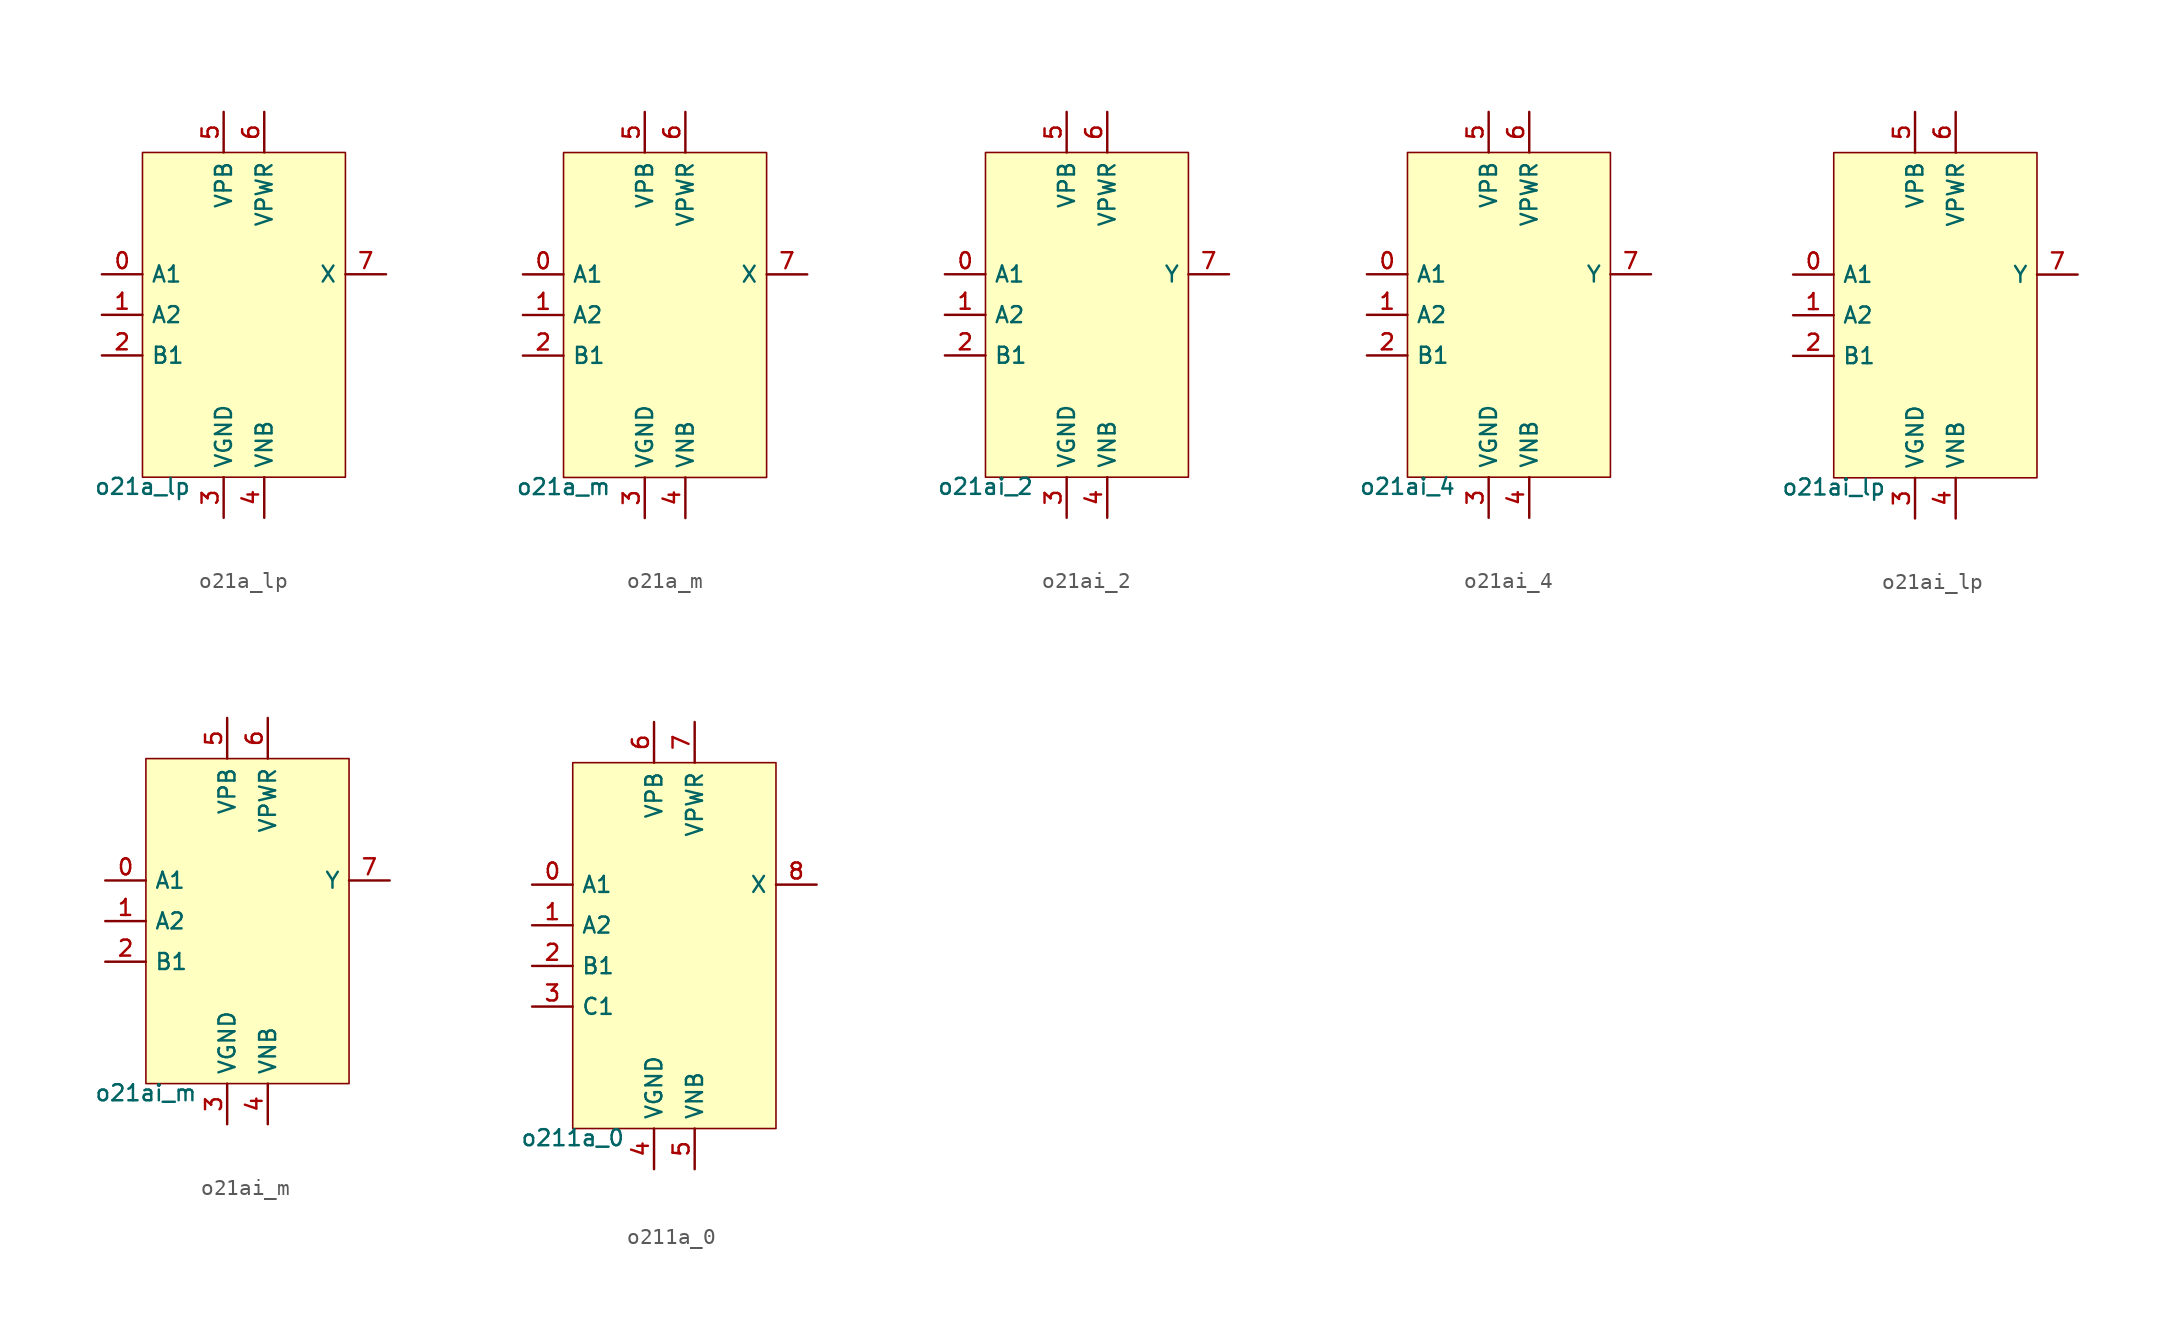
<source format=kicad_sym>
(kicad_symbol_lib
  (version 20211014)
  (generator pdk2kicad)
  (symbol "o21a_lp"
    (property "Reference" "X"
      (at 0 0 0)
      (effects (font (size 1 1)) hide))
    (property "Value" "o21a_lp"
      (at -6.35 -10.16 0)
      (effects (font (size 1 1)) (justify top)))
    (rectangle
      (start -6.35 -10.16)
      (end 6.35 10.16)
      (stroke (width 0.1) (type solid) (color 0 0 0 0))
      (fill (type background)))
    (pin input line
      (at -8.89 2.54 0)
      (length 2.54)
      (name "A1" (effects (font (size 1 1)) hide))
      (number "0" (effects (font (size 1 1)) hide)))
    (pin input line
      (at -8.89 0.0 0)
      (length 2.54)
      (name "A2" (effects (font (size 1 1)) hide))
      (number "1" (effects (font (size 1 1)) hide)))
    (pin input line
      (at -8.89 -2.54 0)
      (length 2.54)
      (name "B1" (effects (font (size 1 1)) hide))
      (number "2" (effects (font (size 1 1)) hide)))
    (pin power_in line
      (at -1.27 -12.7 90)
      (length 2.54)
      (name "VGND" (effects (font (size 1 1)) hide))
      (number "3" (effects (font (size 1 1)) hide)))
    (pin power_in line
      (at 1.27 -12.7 90)
      (length 2.54)
      (name "VNB" (effects (font (size 1 1)) hide))
      (number "4" (effects (font (size 1 1)) hide)))
    (pin power_in line
      (at -1.27 12.7 270)
      (length 2.54)
      (name "VPB" (effects (font (size 1 1)) hide))
      (number "5" (effects (font (size 1 1)) hide)))
    (pin power_in line
      (at 1.27 12.7 270)
      (length 2.54)
      (name "VPWR" (effects (font (size 1 1)) hide))
      (number "6" (effects (font (size 1 1)) hide)))
    (pin output line
      (at 8.89 2.54 180)
      (length 2.54)
      (name "X" (effects (font (size 1 1)) hide))
      (number "7" (effects (font (size 1 1)) hide))))
  (symbol "o21a_m"
    (property "Reference" "X"
      (at 0 0 0)
      (effects (font (size 1 1)) hide))
    (property "Value" "o21a_m"
      (at -6.35 -10.16 0)
      (effects (font (size 1 1)) (justify top)))
    (rectangle
      (start -6.35 -10.16)
      (end 6.35 10.16)
      (stroke (width 0.1) (type solid) (color 0 0 0 0))
      (fill (type background)))
    (pin input line
      (at -8.89 2.54 0)
      (length 2.54)
      (name "A1" (effects (font (size 1 1)) hide))
      (number "0" (effects (font (size 1 1)) hide)))
    (pin input line
      (at -8.89 0.0 0)
      (length 2.54)
      (name "A2" (effects (font (size 1 1)) hide))
      (number "1" (effects (font (size 1 1)) hide)))
    (pin input line
      (at -8.89 -2.54 0)
      (length 2.54)
      (name "B1" (effects (font (size 1 1)) hide))
      (number "2" (effects (font (size 1 1)) hide)))
    (pin power_in line
      (at -1.27 -12.7 90)
      (length 2.54)
      (name "VGND" (effects (font (size 1 1)) hide))
      (number "3" (effects (font (size 1 1)) hide)))
    (pin power_in line
      (at 1.27 -12.7 90)
      (length 2.54)
      (name "VNB" (effects (font (size 1 1)) hide))
      (number "4" (effects (font (size 1 1)) hide)))
    (pin power_in line
      (at -1.27 12.7 270)
      (length 2.54)
      (name "VPB" (effects (font (size 1 1)) hide))
      (number "5" (effects (font (size 1 1)) hide)))
    (pin power_in line
      (at 1.27 12.7 270)
      (length 2.54)
      (name "VPWR" (effects (font (size 1 1)) hide))
      (number "6" (effects (font (size 1 1)) hide)))
    (pin output line
      (at 8.89 2.54 180)
      (length 2.54)
      (name "X" (effects (font (size 1 1)) hide))
      (number "7" (effects (font (size 1 1)) hide))))
  (symbol "o21ai_2"
    (property "Reference" "X"
      (at 0 0 0)
      (effects (font (size 1 1)) hide))
    (property "Value" "o21ai_2"
      (at -6.35 -10.16 0)
      (effects (font (size 1 1)) (justify top)))
    (rectangle
      (start -6.35 -10.16)
      (end 6.35 10.16)
      (stroke (width 0.1) (type solid) (color 0 0 0 0))
      (fill (type background)))
    (pin input line
      (at -8.89 2.54 0)
      (length 2.54)
      (name "A1" (effects (font (size 1 1)) hide))
      (number "0" (effects (font (size 1 1)) hide)))
    (pin input line
      (at -8.89 0.0 0)
      (length 2.54)
      (name "A2" (effects (font (size 1 1)) hide))
      (number "1" (effects (font (size 1 1)) hide)))
    (pin input line
      (at -8.89 -2.54 0)
      (length 2.54)
      (name "B1" (effects (font (size 1 1)) hide))
      (number "2" (effects (font (size 1 1)) hide)))
    (pin power_in line
      (at -1.27 -12.7 90)
      (length 2.54)
      (name "VGND" (effects (font (size 1 1)) hide))
      (number "3" (effects (font (size 1 1)) hide)))
    (pin power_in line
      (at 1.27 -12.7 90)
      (length 2.54)
      (name "VNB" (effects (font (size 1 1)) hide))
      (number "4" (effects (font (size 1 1)) hide)))
    (pin power_in line
      (at -1.27 12.7 270)
      (length 2.54)
      (name "VPB" (effects (font (size 1 1)) hide))
      (number "5" (effects (font (size 1 1)) hide)))
    (pin power_in line
      (at 1.27 12.7 270)
      (length 2.54)
      (name "VPWR" (effects (font (size 1 1)) hide))
      (number "6" (effects (font (size 1 1)) hide)))
    (pin output line
      (at 8.89 2.54 180)
      (length 2.54)
      (name "Y" (effects (font (size 1 1)) hide))
      (number "7" (effects (font (size 1 1)) hide))))
  (symbol "o21ai_4"
    (property "Reference" "X"
      (at 0 0 0)
      (effects (font (size 1 1)) hide))
    (property "Value" "o21ai_4"
      (at -6.35 -10.16 0)
      (effects (font (size 1 1)) (justify top)))
    (rectangle
      (start -6.35 -10.16)
      (end 6.35 10.16)
      (stroke (width 0.1) (type solid) (color 0 0 0 0))
      (fill (type background)))
    (pin input line
      (at -8.89 2.54 0)
      (length 2.54)
      (name "A1" (effects (font (size 1 1)) hide))
      (number "0" (effects (font (size 1 1)) hide)))
    (pin input line
      (at -8.89 0.0 0)
      (length 2.54)
      (name "A2" (effects (font (size 1 1)) hide))
      (number "1" (effects (font (size 1 1)) hide)))
    (pin input line
      (at -8.89 -2.54 0)
      (length 2.54)
      (name "B1" (effects (font (size 1 1)) hide))
      (number "2" (effects (font (size 1 1)) hide)))
    (pin power_in line
      (at -1.27 -12.7 90)
      (length 2.54)
      (name "VGND" (effects (font (size 1 1)) hide))
      (number "3" (effects (font (size 1 1)) hide)))
    (pin power_in line
      (at 1.27 -12.7 90)
      (length 2.54)
      (name "VNB" (effects (font (size 1 1)) hide))
      (number "4" (effects (font (size 1 1)) hide)))
    (pin power_in line
      (at -1.27 12.7 270)
      (length 2.54)
      (name "VPB" (effects (font (size 1 1)) hide))
      (number "5" (effects (font (size 1 1)) hide)))
    (pin power_in line
      (at 1.27 12.7 270)
      (length 2.54)
      (name "VPWR" (effects (font (size 1 1)) hide))
      (number "6" (effects (font (size 1 1)) hide)))
    (pin output line
      (at 8.89 2.54 180)
      (length 2.54)
      (name "Y" (effects (font (size 1 1)) hide))
      (number "7" (effects (font (size 1 1)) hide))))
  (symbol "o21ai_lp"
    (property "Reference" "X"
      (at 0 0 0)
      (effects (font (size 1 1)) hide))
    (property "Value" "o21ai_lp"
      (at -6.35 -10.16 0)
      (effects (font (size 1 1)) (justify top)))
    (rectangle
      (start -6.35 -10.16)
      (end 6.35 10.16)
      (stroke (width 0.1) (type solid) (color 0 0 0 0))
      (fill (type background)))
    (pin input line
      (at -8.89 2.54 0)
      (length 2.54)
      (name "A1" (effects (font (size 1 1)) hide))
      (number "0" (effects (font (size 1 1)) hide)))
    (pin input line
      (at -8.89 0.0 0)
      (length 2.54)
      (name "A2" (effects (font (size 1 1)) hide))
      (number "1" (effects (font (size 1 1)) hide)))
    (pin input line
      (at -8.89 -2.54 0)
      (length 2.54)
      (name "B1" (effects (font (size 1 1)) hide))
      (number "2" (effects (font (size 1 1)) hide)))
    (pin power_in line
      (at -1.27 -12.7 90)
      (length 2.54)
      (name "VGND" (effects (font (size 1 1)) hide))
      (number "3" (effects (font (size 1 1)) hide)))
    (pin power_in line
      (at 1.27 -12.7 90)
      (length 2.54)
      (name "VNB" (effects (font (size 1 1)) hide))
      (number "4" (effects (font (size 1 1)) hide)))
    (pin power_in line
      (at -1.27 12.7 270)
      (length 2.54)
      (name "VPB" (effects (font (size 1 1)) hide))
      (number "5" (effects (font (size 1 1)) hide)))
    (pin power_in line
      (at 1.27 12.7 270)
      (length 2.54)
      (name "VPWR" (effects (font (size 1 1)) hide))
      (number "6" (effects (font (size 1 1)) hide)))
    (pin output line
      (at 8.89 2.54 180)
      (length 2.54)
      (name "Y" (effects (font (size 1 1)) hide))
      (number "7" (effects (font (size 1 1)) hide))))
  (symbol "o21ai_m"
    (property "Reference" "X"
      (at 0 0 0)
      (effects (font (size 1 1)) hide))
    (property "Value" "o21ai_m"
      (at -6.35 -10.16 0)
      (effects (font (size 1 1)) (justify top)))
    (rectangle
      (start -6.35 -10.16)
      (end 6.35 10.16)
      (stroke (width 0.1) (type solid) (color 0 0 0 0))
      (fill (type background)))
    (pin input line
      (at -8.89 2.54 0)
      (length 2.54)
      (name "A1" (effects (font (size 1 1)) hide))
      (number "0" (effects (font (size 1 1)) hide)))
    (pin input line
      (at -8.89 0.0 0)
      (length 2.54)
      (name "A2" (effects (font (size 1 1)) hide))
      (number "1" (effects (font (size 1 1)) hide)))
    (pin input line
      (at -8.89 -2.54 0)
      (length 2.54)
      (name "B1" (effects (font (size 1 1)) hide))
      (number "2" (effects (font (size 1 1)) hide)))
    (pin power_in line
      (at -1.27 -12.7 90)
      (length 2.54)
      (name "VGND" (effects (font (size 1 1)) hide))
      (number "3" (effects (font (size 1 1)) hide)))
    (pin power_in line
      (at 1.27 -12.7 90)
      (length 2.54)
      (name "VNB" (effects (font (size 1 1)) hide))
      (number "4" (effects (font (size 1 1)) hide)))
    (pin power_in line
      (at -1.27 12.7 270)
      (length 2.54)
      (name "VPB" (effects (font (size 1 1)) hide))
      (number "5" (effects (font (size 1 1)) hide)))
    (pin power_in line
      (at 1.27 12.7 270)
      (length 2.54)
      (name "VPWR" (effects (font (size 1 1)) hide))
      (number "6" (effects (font (size 1 1)) hide)))
    (pin output line
      (at 8.89 2.54 180)
      (length 2.54)
      (name "Y" (effects (font (size 1 1)) hide))
      (number "7" (effects (font (size 1 1)) hide))))
  (symbol "o211a_0"
    (property "Reference" "X"
      (at 0 0 0)
      (effects (font (size 1 1)) hide))
    (property "Value" "o211a_0"
      (at -6.35 -11.43 0)
      (effects (font (size 1 1)) (justify top)))
    (rectangle
      (start -6.35 -11.43)
      (end 6.35 11.43)
      (stroke (width 0.1) (type solid) (color 0 0 0 0))
      (fill (type background)))
    (pin input line
      (at -8.89 3.81 0)
      (length 2.54)
      (name "A1" (effects (font (size 1 1)) hide))
      (number "0" (effects (font (size 1 1)) hide)))
    (pin input line
      (at -8.89 1.27 0)
      (length 2.54)
      (name "A2" (effects (font (size 1 1)) hide))
      (number "1" (effects (font (size 1 1)) hide)))
    (pin input line
      (at -8.89 -1.27 0)
      (length 2.54)
      (name "B1" (effects (font (size 1 1)) hide))
      (number "2" (effects (font (size 1 1)) hide)))
    (pin input line
      (at -8.89 -3.81 0)
      (length 2.54)
      (name "C1" (effects (font (size 1 1)) hide))
      (number "3" (effects (font (size 1 1)) hide)))
    (pin power_in line
      (at -1.27 -13.97 90)
      (length 2.54)
      (name "VGND" (effects (font (size 1 1)) hide))
      (number "4" (effects (font (size 1 1)) hide)))
    (pin power_in line
      (at 1.27 -13.97 90)
      (length 2.54)
      (name "VNB" (effects (font (size 1 1)) hide))
      (number "5" (effects (font (size 1 1)) hide)))
    (pin power_in line
      (at -1.27 13.97 270)
      (length 2.54)
      (name "VPB" (effects (font (size 1 1)) hide))
      (number "6" (effects (font (size 1 1)) hide)))
    (pin power_in line
      (at 1.27 13.97 270)
      (length 2.54)
      (name "VPWR" (effects (font (size 1 1)) hide))
      (number "7" (effects (font (size 1 1)) hide)))
    (pin output line
      (at 8.89 3.81 180)
      (length 2.54)
      (name "X" (effects (font (size 1 1)) hide))
      (number "8" (effects (font (size 1 1)) hide)))))
</source>
